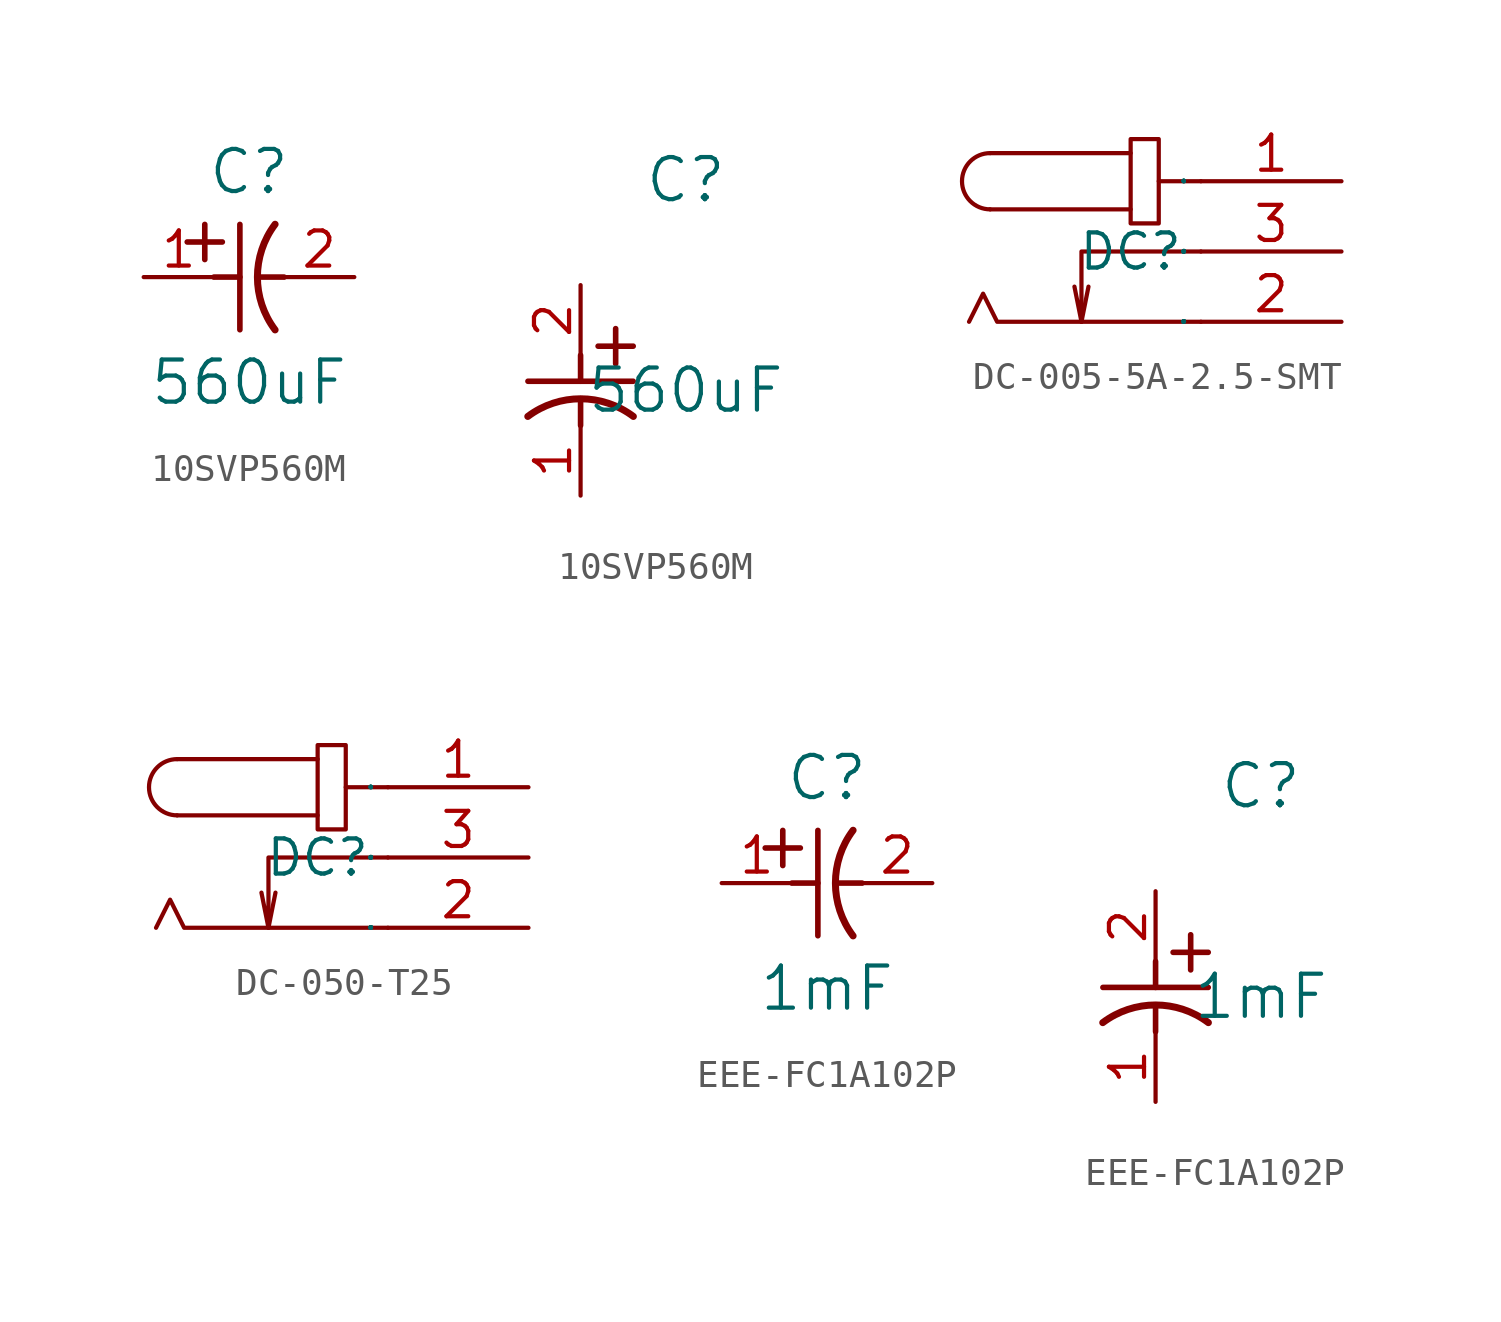
<source format=kicad_sym>
(kicad_symbol_lib
  (version 20241209)
  (generator "kicad_symbol_editor")
  (generator_version "9.0")
  (symbol "10SVP560M"
    (pin_names
      (offset 0.254))
    (property "Reference" "C"
      (at 3.81 3.81 0)
      (effects (font (size 1.524 1.524))))
    (property "Value" "560uF"
      (at 3.81 -3.81 0)
      (effects (font (size 1.524 1.524))))
    (symbol "10SVP560M_1_1"
      (polyline (pts (xy 1.575 1.27) (xy 2.845 1.27)) (stroke (width 0.203) (type default)) (fill (type none)))
      (polyline (pts (xy 2.21 0.635) (xy 2.21 1.905)) (stroke (width 0.203) (type default)) (fill (type none)))
      (polyline (pts (xy 2.54 0) (xy 3.48 0)) (stroke (width 0.203) (type default)) (fill (type none)))
      (polyline (pts (xy 3.48 -1.905) (xy 3.48 1.905)) (stroke (width 0.203) (type default)) (fill (type none)))
      (polyline (pts (xy 4.115 0) (xy 5.08 0)) (stroke (width 0.203) (type default)) (fill (type none)))
      (arc (start 4.7541 -1.9108) (mid 4.1148 0) (end 4.7541 1.9108) (stroke (width 0.254) (type default)) (fill (type none)))
      (pin unspecified line (at 0 0 0) (length 2.54) (name "" (effects (font (size 1.27 1.27)))) (number "1" (effects (font (size 1.27 1.27)))))
      (pin unspecified line (at 7.62 0 180) (length 2.54) (name "" (effects (font (size 1.27 1.27)))) (number "2" (effects (font (size 1.27 1.27))))))
    (symbol "10SVP560M_1_2"
      (polyline (pts (xy -1.905 -3.48) (xy 1.905 -3.48)) (stroke (width 0.203) (type default)) (fill (type none)))
      (polyline (pts (xy 0 -2.54) (xy 0 -3.48)) (stroke (width 0.203) (type default)) (fill (type none)))
      (polyline (pts (xy 0 -4.115) (xy 0 -5.08)) (stroke (width 0.203) (type default)) (fill (type none)))
      (arc (start -1.9108 -4.7541) (mid 0 -4.1148) (end 1.9108 -4.7541) (stroke (width 0.254) (type default)) (fill (type none)))
      (polyline (pts (xy 0.635 -2.21) (xy 1.905 -2.21)) (stroke (width 0.203) (type default)) (fill (type none)))
      (polyline (pts (xy 1.27 -1.575) (xy 1.27 -2.845)) (stroke (width 0.203) (type default)) (fill (type none)))
      (pin unspecified line (at 0 0 270) (length 2.54) (name "" (effects (font (size 1.27 1.27)))) (number "2" (effects (font (size 1.27 1.27)))))
      (pin unspecified line (at 0 -7.62 90) (length 2.54) (name "" (effects (font (size 1.27 1.27)))) (number "1" (effects (font (size 1.27 1.27)))))))
  (symbol "DC-005-5A-2.5-SMT"
    (property "Reference" "DC"
      (at 0 0 0)
      (effects (font (size 1.27 1.27))))
    (property "Value" ""
      (at 0 0 0)
      (effects (font (size 1.27 1.27))))
    (symbol "DC-005-5A-2.5-SMT_1_0"
      (arc (start -5.08 1.524) (mid -6.096 2.54) (end -5.08 3.556) (stroke (width 0) (type default)) (fill (type none)))
      (polyline (pts (xy -1.778 -2.54) (xy -1.524 -1.27)) (stroke (width 0) (type default)) (fill (type none)))
      (polyline (pts (xy 0 3.556) (xy -5.08 3.556)) (stroke (width 0) (type default)) (fill (type none)))
      (polyline (pts (xy 0 1.524) (xy -5.08 1.524)) (stroke (width 0) (type default)) (fill (type none)))
      (rectangle (start 0 1.016) (end 1.016 4.064) (stroke (width 0) (type default)) (fill (type none)))
      (polyline (pts (xy 2.54 2.54) (xy 1.016 2.54)) (stroke (width 0) (type default)) (fill (type none)))
      (polyline (pts (xy 2.54 0) (xy -1.778 0) (xy -1.778 0) (xy -1.778 -2.54) (xy -1.778 -2.54) (xy -2.032 -1.27)) (stroke (width 0) (type default)) (fill (type none)))
      (polyline (pts (xy 2.54 -2.54) (xy -4.826 -2.54) (xy -4.826 -2.54) (xy -5.334 -1.524) (xy -5.334 -1.524) (xy -5.842 -2.54)) (stroke (width 0) (type default)) (fill (type none)))
      (pin unspecified line (at 7.62 2.54 180) (length 5.08) (name "1" (effects (font (size 0.025 0.025)))) (number "1" (effects (font (size 1.27 1.27)))))
      (pin unspecified line (at 7.62 0 180) (length 5.08) (name "3" (effects (font (size 0.025 0.025)))) (number "3" (effects (font (size 1.27 1.27)))))
      (pin unspecified line (at 7.62 -2.54 180) (length 5.08) (name "2" (effects (font (size 0.025 0.025)))) (number "2" (effects (font (size 1.27 1.27)))))))
  (symbol "DC-050-T25"
    (property "Reference" "DC"
      (at 0 0 0)
      (effects (font (size 1.27 1.27))))
    (property "Value" ""
      (at 0 0 0)
      (effects (font (size 1.27 1.27))))
    (symbol "DC-050-T25_1_0"
      (arc (start -5.08 1.524) (mid -6.096 2.54) (end -5.08 3.556) (stroke (width 0) (type default)) (fill (type none)))
      (polyline (pts (xy -1.778 -2.54) (xy -1.524 -1.27)) (stroke (width 0) (type default)) (fill (type none)))
      (rectangle (start 0 4.064) (end 1.016 1.016) (stroke (width 0) (type default)) (fill (type none)))
      (polyline (pts (xy 0 3.556) (xy -5.08 3.556)) (stroke (width 0) (type default)) (fill (type none)))
      (polyline (pts (xy 0 1.524) (xy -5.08 1.524)) (stroke (width 0) (type default)) (fill (type none)))
      (polyline (pts (xy 2.54 2.54) (xy 1.016 2.54)) (stroke (width 0) (type default)) (fill (type none)))
      (polyline (pts (xy 2.54 0) (xy -1.778 0) (xy -1.778 0) (xy -1.778 -2.54) (xy -1.778 -2.54) (xy -2.032 -1.27)) (stroke (width 0) (type default)) (fill (type none)))
      (polyline (pts (xy 2.54 -2.54) (xy -4.826 -2.54) (xy -4.826 -2.54) (xy -5.334 -1.524) (xy -5.334 -1.524) (xy -5.842 -2.54)) (stroke (width 0) (type default)) (fill (type none)))
      (pin unspecified line (at 7.62 2.54 180) (length 5.08) (name "1" (effects (font (size 0.025 0.025)))) (number "1" (effects (font (size 1.27 1.27)))))
      (pin unspecified line (at 7.62 0 180) (length 5.08) (name "3" (effects (font (size 0.025 0.025)))) (number "3" (effects (font (size 1.27 1.27)))))
      (pin unspecified line (at 7.62 -2.54 180) (length 5.08) (name "2" (effects (font (size 0.025 0.025)))) (number "2" (effects (font (size 1.27 1.27)))))))
  (symbol "EEE-FC1A102P"
    (pin_names
      (offset 0.254))
    (property "Reference" "C"
      (at 3.81 3.81 0)
      (effects (font (size 1.524 1.524))))
    (property "Value" "1mF"
      (at 3.81 -3.81 0)
      (effects (font (size 1.524 1.524))))
    (symbol "EEE-FC1A102P_1_1"
      (polyline (pts (xy 1.575 1.27) (xy 2.845 1.27)) (stroke (width 0.203) (type default)) (fill (type none)))
      (polyline (pts (xy 2.21 0.635) (xy 2.21 1.905)) (stroke (width 0.203) (type default)) (fill (type none)))
      (polyline (pts (xy 2.54 0) (xy 3.48 0)) (stroke (width 0.203) (type default)) (fill (type none)))
      (polyline (pts (xy 3.48 -1.905) (xy 3.48 1.905)) (stroke (width 0.203) (type default)) (fill (type none)))
      (polyline (pts (xy 4.115 0) (xy 5.08 0)) (stroke (width 0.203) (type default)) (fill (type none)))
      (arc (start 4.7541 -1.9108) (mid 4.1148 0) (end 4.7541 1.9108) (stroke (width 0.254) (type default)) (fill (type none)))
      (pin unspecified line (at 0 0 0) (length 2.54) (name "" (effects (font (size 1.27 1.27)))) (number "1" (effects (font (size 1.27 1.27)))))
      (pin unspecified line (at 7.62 0 180) (length 2.54) (name "" (effects (font (size 1.27 1.27)))) (number "2" (effects (font (size 1.27 1.27))))))
    (symbol "EEE-FC1A102P_1_2"
      (polyline (pts (xy -1.905 -3.48) (xy 1.905 -3.48)) (stroke (width 0.203) (type default)) (fill (type none)))
      (polyline (pts (xy 0 -2.54) (xy 0 -3.48)) (stroke (width 0.203) (type default)) (fill (type none)))
      (polyline (pts (xy 0 -4.115) (xy 0 -5.08)) (stroke (width 0.203) (type default)) (fill (type none)))
      (arc (start -1.9108 -4.7541) (mid 0 -4.1148) (end 1.9108 -4.7541) (stroke (width 0.254) (type default)) (fill (type none)))
      (polyline (pts (xy 0.635 -2.21) (xy 1.905 -2.21)) (stroke (width 0.203) (type default)) (fill (type none)))
      (polyline (pts (xy 1.27 -1.575) (xy 1.27 -2.845)) (stroke (width 0.203) (type default)) (fill (type none)))
      (pin unspecified line (at 0 0 270) (length 2.54) (name "" (effects (font (size 1.27 1.27)))) (number "2" (effects (font (size 1.27 1.27)))))
      (pin unspecified line (at 0 -7.62 90) (length 2.54) (name "" (effects (font (size 1.27 1.27)))) (number "1" (effects (font (size 1.27 1.27))))))))
</source>
